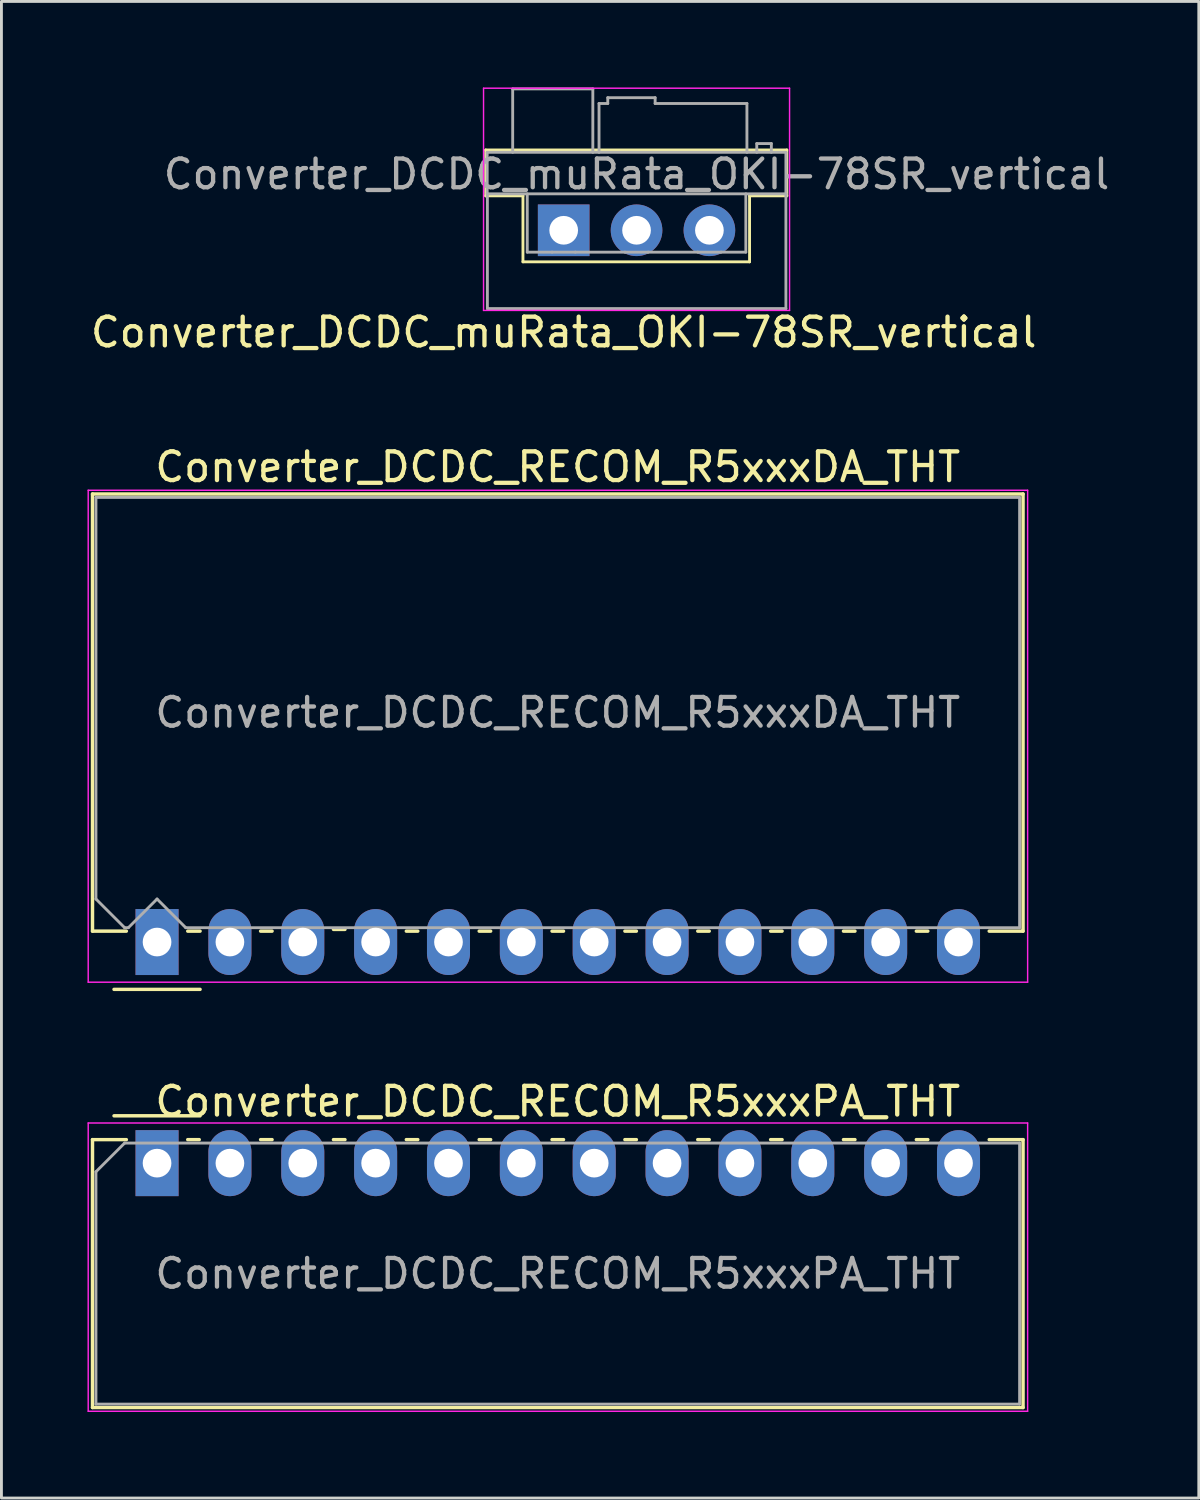
<source format=kicad_pcb>
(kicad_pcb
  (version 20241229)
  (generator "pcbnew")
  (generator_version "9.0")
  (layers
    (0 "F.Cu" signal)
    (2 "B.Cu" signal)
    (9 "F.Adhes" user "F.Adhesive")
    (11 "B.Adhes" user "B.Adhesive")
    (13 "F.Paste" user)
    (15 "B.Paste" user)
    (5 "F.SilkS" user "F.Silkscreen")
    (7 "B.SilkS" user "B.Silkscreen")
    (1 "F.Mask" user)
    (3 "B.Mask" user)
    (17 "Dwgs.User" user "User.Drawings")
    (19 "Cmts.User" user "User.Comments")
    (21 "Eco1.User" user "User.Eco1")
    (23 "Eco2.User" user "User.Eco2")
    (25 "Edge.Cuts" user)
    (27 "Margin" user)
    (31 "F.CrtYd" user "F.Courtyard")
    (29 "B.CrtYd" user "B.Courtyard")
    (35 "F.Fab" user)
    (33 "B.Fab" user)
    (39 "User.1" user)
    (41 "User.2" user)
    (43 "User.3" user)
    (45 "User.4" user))
  (footprint "Converter_DCDC_RECOM_R5xxxDA_THT"
    (layer "F.Cu")
    (at 2.425 29.791)
    (property "Reference" "Converter_DCDC_RECOM_R5xxxDA_THT" (at 13.97 -16.56 0) (layer "F.SilkS") (effects (font (size 1 1) (thickness 0.15))))
    (attr through_hole)
    (fp_line (start -2.25 -15.62) (end -2.25 -0.38) (stroke (width 0.12) (type solid)) (layer "F.SilkS"))
    (fp_line (start -2.25 -15.62) (end 30.19 -15.62) (stroke (width 0.12) (type solid)) (layer "F.SilkS"))
    (fp_line (start -2.25 -0.38) (end -1.07 -0.38) (stroke (width 0.12) (type solid)) (layer "F.SilkS"))
    (fp_line (start -1.5 1.65) (end 1.5 1.65) (stroke (width 0.12) (type solid)) (layer "F.SilkS"))
    (fp_line (start 1.07 -0.38) (end 1.5 -0.38) (stroke (width 0.12) (type solid)) (layer "F.SilkS"))
    (fp_line (start 3.61 -0.38) (end 4.01 -0.38) (stroke (width 0.12) (type solid)) (layer "F.SilkS"))
    (fp_line (start 6.15 -0.441) (end 6.551 -0.441) (stroke (width 0.12) (type solid)) (layer "F.SilkS"))
    (fp_line (start 8.69 -0.38) (end 9.09 -0.38) (stroke (width 0.12) (type solid)) (layer "F.SilkS"))
    (fp_line (start 11.23 -0.38) (end 11.63 -0.38) (stroke (width 0.12) (type solid)) (layer "F.SilkS"))
    (fp_line (start 13.77 -0.38) (end 14.17 -0.38) (stroke (width 0.12) (type solid)) (layer "F.SilkS"))
    (fp_line (start 16.31 -0.38) (end 16.71 -0.38) (stroke (width 0.12) (type solid)) (layer "F.SilkS"))
    (fp_line (start 18.85 -0.38) (end 19.25 -0.38) (stroke (width 0.12) (type solid)) (layer "F.SilkS"))
    (fp_line (start 21.39 -0.38) (end 21.79 -0.38) (stroke (width 0.12) (type solid)) (layer "F.SilkS"))
    (fp_line (start 23.93 -0.38) (end 24.33 -0.38) (stroke (width 0.12) (type solid)) (layer "F.SilkS"))
    (fp_line (start 26.47 -0.38) (end 26.87 -0.38) (stroke (width 0.12) (type solid)) (layer "F.SilkS"))
    (fp_line (start 29.01 -0.38) (end 30.19 -0.38) (stroke (width 0.12) (type solid)) (layer "F.SilkS"))
    (fp_line (start 30.19 -15.62) (end 30.19 -0.38) (stroke (width 0.12) (type solid)) (layer "F.SilkS"))
    (fp_line (start -2.4 -15.75) (end -2.4 1.4) (stroke (width 0.05) (type solid)) (layer "F.CrtYd"))
    (fp_line (start -2.4 1.4) (end 30.35 1.4) (stroke (width 0.05) (type solid)) (layer "F.CrtYd"))
    (fp_line (start 30.35 -15.75) (end -2.4 -15.75) (stroke (width 0.05) (type solid)) (layer "F.CrtYd"))
    (fp_line (start 30.35 1.4) (end 30.35 -15.75) (stroke (width 0.05) (type solid)) (layer "F.CrtYd"))
    (fp_line (start -2.13 -15.5) (end 30.07 -15.5) (stroke (width 0.1) (type solid)) (layer "F.Fab"))
    (fp_line (start -2.13 -1.5) (end -2.13 -15.5) (stroke (width 0.1) (type solid)) (layer "F.Fab"))
    (fp_line (start -1.13 -0.5) (end -2.13 -1.5) (stroke (width 0.1) (type solid)) (layer "F.Fab"))
    (fp_line (start -1 -0.5) (end -1.13 -0.5) (stroke (width 0.1) (type solid)) (layer "F.Fab"))
    (fp_line (start 0 -1.5) (end -1 -0.5) (stroke (width 0.1) (type solid)) (layer "F.Fab"))
    (fp_line (start 1 -0.5) (end 0 -1.5) (stroke (width 0.1) (type solid)) (layer "F.Fab"))
    (fp_line (start 30.07 -15.5) (end 30.07 -0.5) (stroke (width 0.1) (type solid)) (layer "F.Fab"))
    (fp_line (start 30.07 -0.5) (end 1 -0.5) (stroke (width 0.1) (type solid)) (layer "F.Fab"))
    (fp_text user "${REFERENCE}" (at 13.97 -8 0) (layer "F.Fab") (effects (font (size 1 1) (thickness 0.15))))
    (pad "1" thru_hole rect (at 0 0) (size 1.5 2.3) (drill 1) (layers "*.Cu" "*.Mask"))
    (pad "2" thru_hole oval (at 2.54 0) (size 1.5 2.3) (drill 1) (layers "*.Cu" "*.Mask"))
    (pad "3" thru_hole oval (at 5.08 0) (size 1.5 2.3) (drill 1) (layers "*.Cu" "*.Mask"))
    (pad "4" thru_hole oval (at 7.62 0) (size 1.5 2.3) (drill 1) (layers "*.Cu" "*.Mask"))
    (pad "5" thru_hole oval (at 10.16 0) (size 1.5 2.3) (drill 1) (layers "*.Cu" "*.Mask"))
    (pad "6" thru_hole oval (at 12.7 0) (size 1.5 2.3) (drill 1) (layers "*.Cu" "*.Mask"))
    (pad "7" thru_hole oval (at 15.24 0) (size 1.5 2.3) (drill 1) (layers "*.Cu" "*.Mask"))
    (pad "8" thru_hole oval (at 17.78 0) (size 1.5 2.3) (drill 1) (layers "*.Cu" "*.Mask"))
    (pad "9" thru_hole oval (at 20.32 0) (size 1.5 2.3) (drill 1) (layers "*.Cu" "*.Mask"))
    (pad "10" thru_hole oval (at 22.86 0) (size 1.5 2.3) (drill 1) (layers "*.Cu" "*.Mask"))
    (pad "11" thru_hole oval (at 25.4 0) (size 1.5 2.3) (drill 1) (layers "*.Cu" "*.Mask"))
    (pad "12" thru_hole oval (at 27.94 0) (size 1.5 2.3) (drill 1) (layers "*.Cu" "*.Mask")))
  (footprint "Converter_DCDC_muRata_OKI-78SR_vertical"
    (layer "F.Cu")
    (at 16.601 4.978)
    (property "Reference" "Converter_DCDC_muRata_OKI-78SR_vertical" (at 0 3.556 180) (layer "F.SilkS") (effects (font (size 1 1) (thickness 0.15))))
    (attr through_hole)
    (fp_line (start -2.72 -2.8) (end -2.72 -1.2) (stroke (width 0.1) (type solid)) (layer "F.SilkS"))
    (fp_line (start -1.42 -1.2) (end -2.72 -1.2) (stroke (width 0.1) (type solid)) (layer "F.SilkS"))
    (fp_line (start -1.42 1.1) (end -1.42 -1.2) (stroke (width 0.1) (type solid)) (layer "F.SilkS"))
    (fp_line (start 6.48 -1.2) (end 6.48 1.1) (stroke (width 0.1) (type solid)) (layer "F.SilkS"))
    (fp_line (start 6.48 1.1) (end -1.42 1.1) (stroke (width 0.1) (type solid)) (layer "F.SilkS"))
    (fp_line (start 7.78 -2.8) (end -2.72 -2.8) (stroke (width 0.1) (type solid)) (layer "F.SilkS"))
    (fp_line (start 7.78 -1.2) (end 6.48 -1.2) (stroke (width 0.1) (type solid)) (layer "F.SilkS"))
    (fp_line (start 7.78 -1.2) (end 7.78 -2.8) (stroke (width 0.1) (type solid)) (layer "F.SilkS"))
    (fp_line (start -2.794 -4.953) (end 7.874 -4.953) (stroke (width 0.05) (type solid)) (layer "F.CrtYd"))
    (fp_line (start -2.794 2.794) (end -2.794 -4.953) (stroke (width 0.05) (type solid)) (layer "F.CrtYd"))
    (fp_line (start 7.874 -4.953) (end 7.874 2.794) (stroke (width 0.05) (type solid)) (layer "F.CrtYd"))
    (fp_line (start 7.874 2.794) (end -2.794 2.794) (stroke (width 0.05) (type solid)) (layer "F.CrtYd"))
    (fp_line (start -2.667 -2.718) (end -2.667 -1.27) (stroke (width 0.1) (type solid)) (layer "F.Fab"))
    (fp_line (start -2.667 -2.718) (end 7.747 -2.718) (stroke (width 0.1) (type solid)) (layer "F.Fab"))
    (fp_line (start -2.667 -1.27) (end 7.747 -1.27) (stroke (width 0.1) (type solid)) (layer "F.Fab"))
    (fp_line (start -2.66 -1.27) (end -2.66 2.73) (stroke (width 0.1) (type solid)) (layer "F.Fab"))
    (fp_line (start -1.778 -4.928) (end -1.778 -2.718) (stroke (width 0.1) (type solid)) (layer "F.Fab"))
    (fp_line (start -1.27 0.762) (end -1.27 -1.27) (stroke (width 0.1) (type solid)) (layer "F.Fab"))
    (fp_line (start -1.27 0.762) (end -0.406 0.762) (stroke (width 0.1) (type solid)) (layer "F.Fab"))
    (fp_line (start 0.406 0.762) (end -0.406 0.762) (stroke (width 0.1) (type solid)) (layer "F.Fab"))
    (fp_line (start 0.406 0.762) (end 2.134 0.762) (stroke (width 0.1) (type solid)) (layer "F.Fab"))
    (fp_line (start 1.016 -4.928) (end -1.778 -4.928) (stroke (width 0.1) (type solid)) (layer "F.Fab"))
    (fp_line (start 1.016 -2.718) (end 1.016 -4.928) (stroke (width 0.1) (type solid)) (layer "F.Fab"))
    (fp_line (start 1.232 -2.718) (end 1.232 -4.42) (stroke (width 0.1) (type solid)) (layer "F.Fab"))
    (fp_line (start 1.537 -4.623) (end 1.537 -4.42) (stroke (width 0.1) (type solid)) (layer "F.Fab"))
    (fp_line (start 1.537 -4.42) (end 1.232 -4.42) (stroke (width 0.1) (type solid)) (layer "F.Fab"))
    (fp_line (start 2.946 0.762) (end 2.134 0.762) (stroke (width 0.1) (type solid)) (layer "F.Fab"))
    (fp_line (start 2.946 0.762) (end 4.674 0.762) (stroke (width 0.1) (type solid)) (layer "F.Fab"))
    (fp_line (start 3.188 -4.623) (end 1.537 -4.623) (stroke (width 0.1) (type solid)) (layer "F.Fab"))
    (fp_line (start 3.188 -4.623) (end 3.188 -4.42) (stroke (width 0.1) (type solid)) (layer "F.Fab"))
    (fp_line (start 5.486 0.762) (end 4.674 0.762) (stroke (width 0.1) (type solid)) (layer "F.Fab"))
    (fp_line (start 5.486 0.762) (end 6.35 0.762) (stroke (width 0.1) (type solid)) (layer "F.Fab"))
    (fp_line (start 6.35 -1.27) (end 6.35 0.762) (stroke (width 0.1) (type solid)) (layer "F.Fab"))
    (fp_line (start 6.388 -4.42) (end 3.188 -4.42) (stroke (width 0.1) (type solid)) (layer "F.Fab"))
    (fp_line (start 6.388 -2.718) (end 6.388 -4.42) (stroke (width 0.1) (type solid)) (layer "F.Fab"))
    (fp_line (start 6.731 -2.718) (end 6.731 -3.023) (stroke (width 0.1) (type solid)) (layer "F.Fab"))
    (fp_line (start 7.239 -3.023) (end 6.731 -3.023) (stroke (width 0.1) (type solid)) (layer "F.Fab"))
    (fp_line (start 7.239 -2.718) (end 7.239 -3.023) (stroke (width 0.1) (type solid)) (layer "F.Fab"))
    (fp_line (start 7.747 -2.718) (end 7.747 -1.27) (stroke (width 0.1) (type solid)) (layer "F.Fab"))
    (fp_line (start 7.747 -1.27) (end 7.747 2.73) (stroke (width 0.1) (type solid)) (layer "F.Fab"))
    (fp_line (start 7.747 2.73) (end -2.66 2.73) (stroke (width 0.1) (type solid)) (layer "F.Fab"))
    (fp_text user "${REFERENCE}" (at 2.54 -1.956 180) (layer "F.Fab") (effects (font (size 1 1) (thickness 0.15))))
    (pad "1" thru_hole rect (at 0 0) (size 1.8 1.8) (drill 1) (layers "*.Cu" "*.Mask"))
    (pad "2" thru_hole circle (at 2.54 0) (size 1.8 1.8) (drill 1) (layers "*.Cu" "*.Mask"))
    (pad "3" thru_hole circle (at 5.08 0) (size 1.8 1.8) (drill 1) (layers "*.Cu" "*.Mask")))
  (footprint "Converter_DCDC_RECOM_R5xxxPA_THT"
    (layer "F.Cu")
    (at 2.425 37.499)
    (property "Reference" "Converter_DCDC_RECOM_R5xxxPA_THT" (at 13.97 -2.15 0) (layer "F.SilkS") (effects (font (size 1 1) (thickness 0.15))))
    (attr through_hole)
    (fp_line (start -2.25 -0.82) (end -2.25 8.52) (stroke (width 0.12) (type solid)) (layer "F.SilkS"))
    (fp_line (start -2.25 -0.82) (end -1.07 -0.82) (stroke (width 0.12) (type solid)) (layer "F.SilkS"))
    (fp_line (start -2.25 8.52) (end 30.19 8.52) (stroke (width 0.12) (type solid)) (layer "F.SilkS"))
    (fp_line (start -1.5 -1.65) (end 1.5 -1.65) (stroke (width 0.12) (type solid)) (layer "F.SilkS"))
    (fp_line (start 1.07 -0.82) (end 1.471 -0.82) (stroke (width 0.12) (type solid)) (layer "F.SilkS"))
    (fp_line (start 3.61 -0.82) (end 4.01 -0.82) (stroke (width 0.12) (type solid)) (layer "F.SilkS"))
    (fp_line (start 6.15 -0.82) (end 6.551 -0.82) (stroke (width 0.12) (type solid)) (layer "F.SilkS"))
    (fp_line (start 8.69 -0.82) (end 9.09 -0.82) (stroke (width 0.12) (type solid)) (layer "F.SilkS"))
    (fp_line (start 11.23 -0.82) (end 11.63 -0.82) (stroke (width 0.12) (type solid)) (layer "F.SilkS"))
    (fp_line (start 13.77 -0.82) (end 14.17 -0.82) (stroke (width 0.12) (type solid)) (layer "F.SilkS"))
    (fp_line (start 16.31 -0.82) (end 16.71 -0.82) (stroke (width 0.12) (type solid)) (layer "F.SilkS"))
    (fp_line (start 18.85 -0.82) (end 19.25 -0.82) (stroke (width 0.12) (type solid)) (layer "F.SilkS"))
    (fp_line (start 21.39 -0.82) (end 21.79 -0.82) (stroke (width 0.12) (type solid)) (layer "F.SilkS"))
    (fp_line (start 23.93 -0.82) (end 24.33 -0.82) (stroke (width 0.12) (type solid)) (layer "F.SilkS"))
    (fp_line (start 26.47 -0.82) (end 26.87 -0.82) (stroke (width 0.12) (type solid)) (layer "F.SilkS"))
    (fp_line (start 29.01 -0.82) (end 30.19 -0.82) (stroke (width 0.12) (type solid)) (layer "F.SilkS"))
    (fp_line (start 30.19 -0.82) (end 30.19 8.52) (stroke (width 0.12) (type solid)) (layer "F.SilkS"))
    (fp_line (start -2.4 -1.4) (end -2.4 8.65) (stroke (width 0.05) (type solid)) (layer "F.CrtYd"))
    (fp_line (start -2.4 8.65) (end 30.35 8.65) (stroke (width 0.05) (type solid)) (layer "F.CrtYd"))
    (fp_line (start 30.35 -1.4) (end -2.4 -1.4) (stroke (width 0.05) (type solid)) (layer "F.CrtYd"))
    (fp_line (start 30.35 8.65) (end 30.35 -1.4) (stroke (width 0.05) (type solid)) (layer "F.CrtYd"))
    (fp_line (start -2.13 0.3) (end -1.13 -0.7) (stroke (width 0.1) (type solid)) (layer "F.Fab"))
    (fp_line (start -2.13 8.4) (end -2.13 0.3) (stroke (width 0.1) (type solid)) (layer "F.Fab"))
    (fp_line (start -1.13 -0.7) (end 30.07 -0.7) (stroke (width 0.1) (type solid)) (layer "F.Fab"))
    (fp_line (start 30.07 -0.7) (end 30.07 8.4) (stroke (width 0.1) (type solid)) (layer "F.Fab"))
    (fp_line (start 30.07 8.4) (end -2.13 8.4) (stroke (width 0.1) (type solid)) (layer "F.Fab"))
    (fp_text user "${REFERENCE}" (at 13.97 3.85 0) (layer "F.Fab") (effects (font (size 1 1) (thickness 0.15))))
    (pad "1" thru_hole rect (at 0 0) (size 1.5 2.3) (drill 1) (layers "*.Cu" "*.Mask"))
    (pad "2" thru_hole oval (at 2.54 0) (size 1.5 2.3) (drill 1) (layers "*.Cu" "*.Mask"))
    (pad "3" thru_hole oval (at 5.08 0) (size 1.5 2.3) (drill 1) (layers "*.Cu" "*.Mask"))
    (pad "4" thru_hole oval (at 7.62 0) (size 1.5 2.3) (drill 1) (layers "*.Cu" "*.Mask"))
    (pad "5" thru_hole oval (at 10.16 0) (size 1.5 2.3) (drill 1) (layers "*.Cu" "*.Mask"))
    (pad "6" thru_hole oval (at 12.7 0) (size 1.5 2.3) (drill 1) (layers "*.Cu" "*.Mask"))
    (pad "7" thru_hole oval (at 15.24 0) (size 1.5 2.3) (drill 1) (layers "*.Cu" "*.Mask"))
    (pad "8" thru_hole oval (at 17.78 0) (size 1.5 2.3) (drill 1) (layers "*.Cu" "*.Mask"))
    (pad "9" thru_hole oval (at 20.32 0) (size 1.5 2.3) (drill 1) (layers "*.Cu" "*.Mask"))
    (pad "10" thru_hole oval (at 22.86 0) (size 1.5 2.3) (drill 1) (layers "*.Cu" "*.Mask"))
    (pad "11" thru_hole oval (at 25.4 0) (size 1.5 2.3) (drill 1) (layers "*.Cu" "*.Mask"))
    (pad "12" thru_hole oval (at 27.94 0) (size 1.5 2.3) (drill 1) (layers "*.Cu" "*.Mask")))
  (gr_rect
    (start -3 -3)
    (end 38.742 49.174)
    (stroke (width 0.1) (type default))
    (fill no)
    (layer "Edge.Cuts")))
</source>
